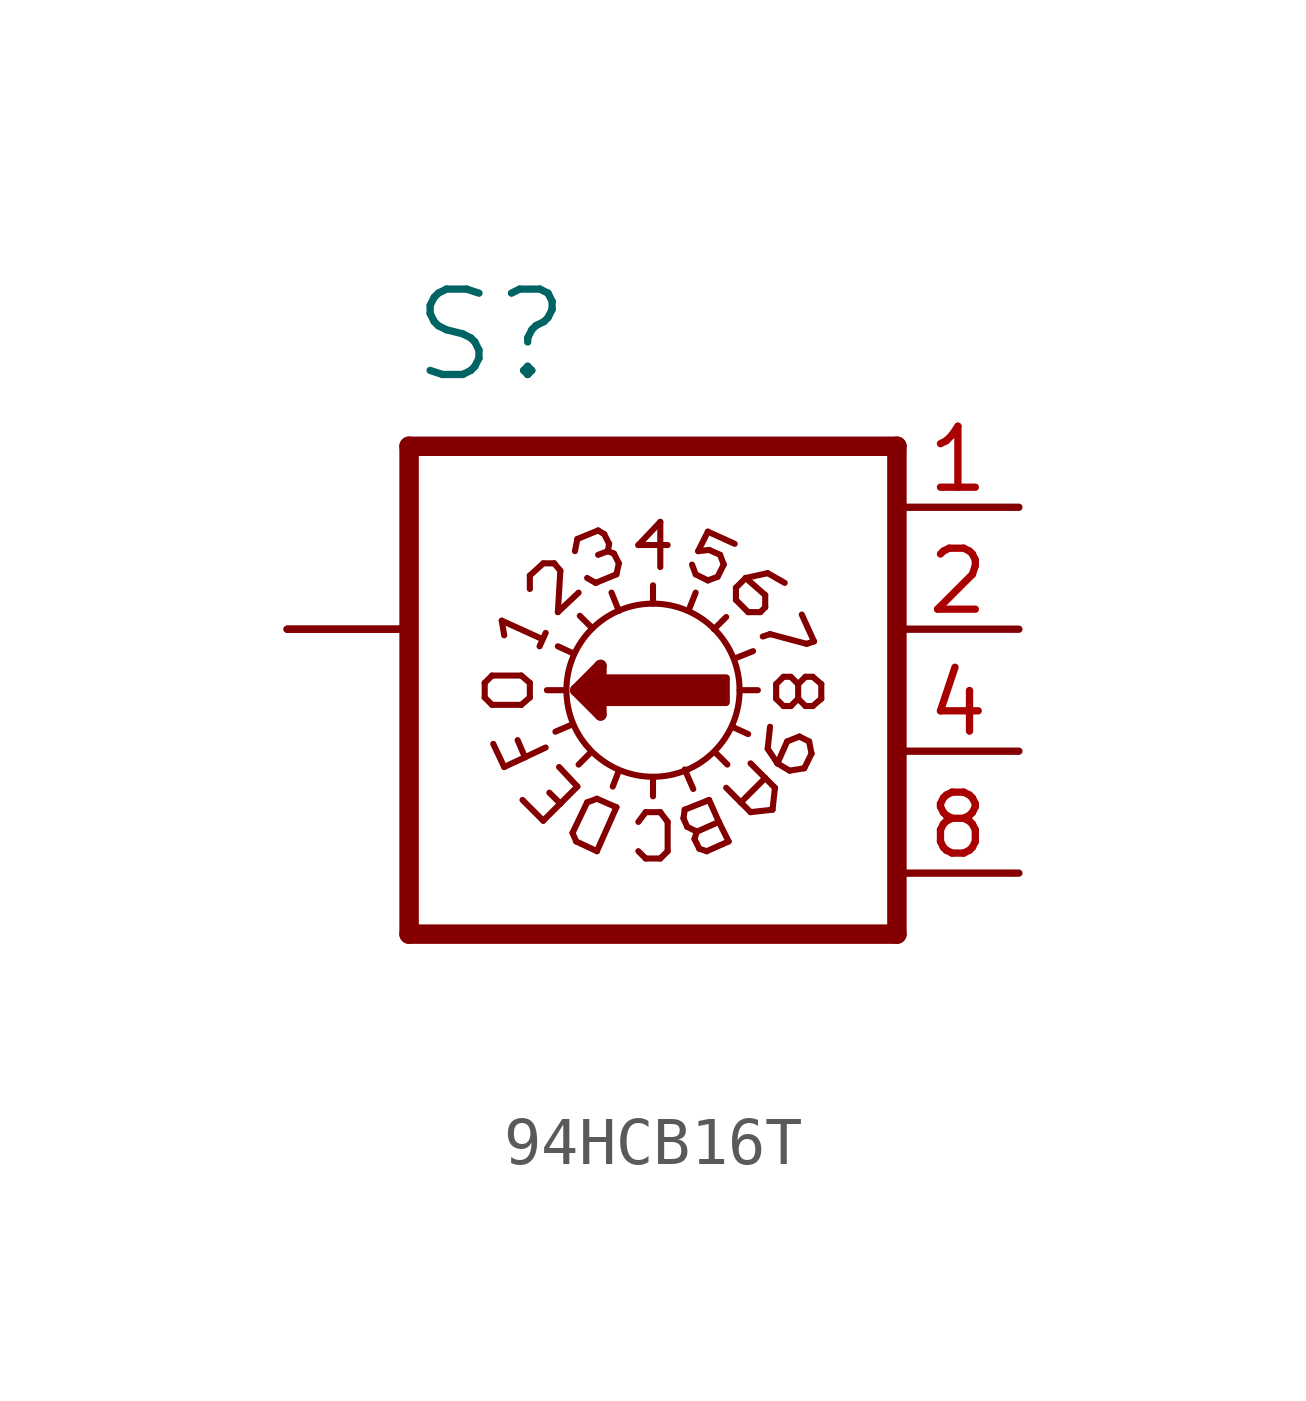
<source format=kicad_sym>
(kicad_symbol_lib
  (version 20220914)
  (generator kicad_symbol_editor)
  (symbol "94HCB16T"
    (property "Reference" "S"
      (at -5.08 5.08 0)
      (effects (font (size 1.778 1.778)) (justify left bottom)))
    (property "Value" ""
      (at -5.08 -7.62 0)
      (effects (font (size 1.778 1.778)) (justify left top)))
    (property "ki_locked" ""
      (at 0 0 0)
      (effects (font (size 1.27 1.27))))
    (symbol "94HCB16T_1_0"
      (circle (center 0 -1.27) (radius 1.803) (stroke (width 0.127) (type solid)) (fill (type none)))
      (polyline (pts (xy -5.08 -6.35) (xy 5.08 -6.35)) (stroke (width 0.406) (type solid)) (fill (type none)))
      (polyline (pts (xy -5.08 3.81) (xy -5.08 -6.35)) (stroke (width 0.406) (type solid)) (fill (type none)))
      (polyline (pts (xy -5.08 3.81) (xy 5.08 3.81)) (stroke (width 0.406) (type solid)) (fill (type none)))
      (polyline (pts (xy -3.505 -1.422) (xy -3.353 -1.575)) (stroke (width 0.127) (type solid)) (fill (type none)))
      (polyline (pts (xy -3.505 -1.118) (xy -3.505 -1.422)) (stroke (width 0.127) (type solid)) (fill (type none)))
      (polyline (pts (xy -3.353 -1.575) (xy -2.743 -1.575)) (stroke (width 0.127) (type solid)) (fill (type none)))
      (polyline (pts (xy -3.353 -0.965) (xy -3.505 -1.118)) (stroke (width 0.127) (type solid)) (fill (type none)))
      (polyline (pts (xy -3.327 -2.388) (xy -3.099 -2.87)) (stroke (width 0.127) (type solid)) (fill (type none)))
      (polyline (pts (xy -3.15 0.178) (xy -3.099 -0.127)) (stroke (width 0.127) (type solid)) (fill (type none)))
      (polyline (pts (xy -3.099 -2.87) (xy -2.667 -2.667)) (stroke (width 0.127) (type solid)) (fill (type none)))
      (polyline (pts (xy -2.743 -1.575) (xy -2.565 -1.422)) (stroke (width 0.127) (type solid)) (fill (type none)))
      (polyline (pts (xy -2.743 -0.965) (xy -3.353 -0.965)) (stroke (width 0.127) (type solid)) (fill (type none)))
      (polyline (pts (xy -2.667 -2.667) (xy -2.819 -2.311)) (stroke (width 0.127) (type solid)) (fill (type none)))
      (polyline (pts (xy -2.667 -2.667) (xy -2.235 -2.464)) (stroke (width 0.127) (type solid)) (fill (type none)))
      (polyline (pts (xy -2.565 -1.422) (xy -2.565 -1.118)) (stroke (width 0.127) (type solid)) (fill (type none)))
      (polyline (pts (xy -2.565 -1.118) (xy -2.743 -0.965)) (stroke (width 0.127) (type solid)) (fill (type none)))
      (polyline (pts (xy -2.565 1.118) (xy -2.565 0.838)) (stroke (width 0.127) (type solid)) (fill (type none)))
      (polyline (pts (xy -2.311 -0.203) (xy -3.15 0.178)) (stroke (width 0.127) (type solid)) (fill (type none)))
      (polyline (pts (xy -2.286 -3.988) (xy -2.718 -3.556)) (stroke (width 0.127) (type solid)) (fill (type none)))
      (polyline (pts (xy -2.286 1.372) (xy -2.565 1.118)) (stroke (width 0.127) (type solid)) (fill (type none)))
      (polyline (pts (xy -2.286 1.372) (xy -2.057 1.372)) (stroke (width 0.127) (type solid)) (fill (type none)))
      (polyline (pts (xy -2.235 -0.076) (xy -2.362 -0.356)) (stroke (width 0.127) (type solid)) (fill (type none)))
      (polyline (pts (xy -2.057 1.372) (xy -1.93 1.219)) (stroke (width 0.127) (type solid)) (fill (type none)))
      (polyline (pts (xy -1.93 -3.632) (xy -2.286 -3.988)) (stroke (width 0.127) (type solid)) (fill (type none)))
      (polyline (pts (xy -1.93 -3.632) (xy -2.159 -3.404)) (stroke (width 0.127) (type solid)) (fill (type none)))
      (polyline (pts (xy -1.93 1.219) (xy -1.981 0.356)) (stroke (width 0.127) (type solid)) (fill (type none)))
      (polyline (pts (xy -1.829 -1.27) (xy -2.21 -1.27)) (stroke (width 0.127) (type solid)) (fill (type none)))
      (polyline (pts (xy -1.676 -4.242) (xy -1.6 -4.42)) (stroke (width 0.127) (type solid)) (fill (type none)))
      (polyline (pts (xy -1.676 -1.981) (xy -2.032 -2.134)) (stroke (width 0.127) (type solid)) (fill (type none)))
      (polyline (pts (xy -1.651 -0.508) (xy -1.981 -0.356)) (stroke (width 0.127) (type solid)) (fill (type none)))
      (polyline (pts (xy -1.626 1.626) (xy -1.575 1.88)) (stroke (width 0.127) (type solid)) (fill (type none)))
      (polyline (pts (xy -1.6 -4.42) (xy -1.168 -4.623)) (stroke (width 0.127) (type solid)) (fill (type none)))
      (polyline (pts (xy -1.6 -1.27) (xy -1.092 -1.778)) (stroke (width 0.254) (type solid)) (fill (type none)))
      (polyline (pts (xy -1.575 -3.277) (xy -1.956 -2.87)) (stroke (width 0.127) (type solid)) (fill (type none)))
      (polyline (pts (xy -1.575 -3.277) (xy -1.93 -3.632)) (stroke (width 0.127) (type solid)) (fill (type none)))
      (polyline (pts (xy -1.549 0.762) (xy -1.981 0.356)) (stroke (width 0.127) (type solid)) (fill (type none)))
      (polyline (pts (xy -1.473 -1.27) (xy -1.346 -1.27)) (stroke (width 0.254) (type solid)) (fill (type none)))
      (polyline (pts (xy -1.372 -3.607) (xy -1.676 -4.242)) (stroke (width 0.127) (type solid)) (fill (type none)))
      (polyline (pts (xy -1.372 1.067) (xy -1.194 0.965)) (stroke (width 0.127) (type solid)) (fill (type none)))
      (polyline (pts (xy -1.295 -2.565) (xy -1.549 -2.819)) (stroke (width 0.127) (type solid)) (fill (type none)))
      (polyline (pts (xy -1.27 0.025) (xy -1.524 0.279)) (stroke (width 0.127) (type solid)) (fill (type none)))
      (polyline (pts (xy -1.219 -1.016) (xy -1.219 -1.524)) (stroke (width 0.254) (type solid)) (fill (type none)))
      (polyline (pts (xy -1.168 -4.623) (xy -0.762 -3.708)) (stroke (width 0.127) (type solid)) (fill (type none)))
      (polyline (pts (xy -1.168 -3.531) (xy -1.372 -3.607)) (stroke (width 0.127) (type solid)) (fill (type none)))
      (polyline (pts (xy -1.143 2.057) (xy -1.575 1.88)) (stroke (width 0.127) (type solid)) (fill (type none)))
      (polyline (pts (xy -1.092 -1.778) (xy -1.092 -0.762)) (stroke (width 0.254) (type solid)) (fill (type none)))
      (polyline (pts (xy -1.092 -0.762) (xy -1.6 -1.27)) (stroke (width 0.254) (type solid)) (fill (type none)))
      (polyline (pts (xy -1.016 1.981) (xy -1.143 2.057)) (stroke (width 0.127) (type solid)) (fill (type none)))
      (polyline (pts (xy -0.94 1.626) (xy -1.143 1.549)) (stroke (width 0.127) (type solid)) (fill (type none)))
      (polyline (pts (xy -0.94 1.626) (xy -0.914 1.778)) (stroke (width 0.127) (type solid)) (fill (type none)))
      (polyline (pts (xy -0.914 1.778) (xy -1.016 1.981)) (stroke (width 0.127) (type solid)) (fill (type none)))
      (polyline (pts (xy -0.813 1.575) (xy -0.94 1.626)) (stroke (width 0.127) (type solid)) (fill (type none)))
      (polyline (pts (xy -0.762 -3.708) (xy -1.168 -3.531)) (stroke (width 0.127) (type solid)) (fill (type none)))
      (polyline (pts (xy -0.762 1.143) (xy -1.194 0.965)) (stroke (width 0.127) (type solid)) (fill (type none)))
      (polyline (pts (xy -0.762 1.143) (xy -0.711 1.372)) (stroke (width 0.127) (type solid)) (fill (type none)))
      (polyline (pts (xy -0.711 -2.946) (xy -0.838 -3.277)) (stroke (width 0.127) (type solid)) (fill (type none)))
      (polyline (pts (xy -0.711 0.381) (xy -0.864 0.762)) (stroke (width 0.127) (type solid)) (fill (type none)))
      (polyline (pts (xy -0.711 1.372) (xy -0.813 1.575)) (stroke (width 0.127) (type solid)) (fill (type none)))
      (polyline (pts (xy -0.305 1.753) (xy 0.305 1.753)) (stroke (width 0.127) (type solid)) (fill (type none)))
      (polyline (pts (xy -0.152 -4.775) (xy -0.305 -4.623)) (stroke (width 0.127) (type solid)) (fill (type none)))
      (polyline (pts (xy -0.152 -3.81) (xy -0.305 -4.013)) (stroke (width 0.127) (type solid)) (fill (type none)))
      (polyline (pts (xy 0 -3.099) (xy 0 -3.48)) (stroke (width 0.127) (type solid)) (fill (type none)))
      (polyline (pts (xy 0 0.914) (xy 0 0.533)) (stroke (width 0.127) (type solid)) (fill (type none)))
      (polyline (pts (xy 0.152 -4.775) (xy -0.152 -4.775)) (stroke (width 0.127) (type solid)) (fill (type none)))
      (polyline (pts (xy 0.152 -3.81) (xy -0.152 -3.81)) (stroke (width 0.127) (type solid)) (fill (type none)))
      (polyline (pts (xy 0.152 1.295) (xy 0.152 2.235)) (stroke (width 0.127) (type solid)) (fill (type none)))
      (polyline (pts (xy 0.152 2.235) (xy -0.305 1.753)) (stroke (width 0.127) (type solid)) (fill (type none)))
      (polyline (pts (xy 0.305 -4.623) (xy 0.152 -4.775)) (stroke (width 0.127) (type solid)) (fill (type none)))
      (polyline (pts (xy 0.305 -4.013) (xy 0.152 -3.81)) (stroke (width 0.127) (type solid)) (fill (type none)))
      (polyline (pts (xy 0.305 -4.013) (xy 0.305 -4.623)) (stroke (width 0.127) (type solid)) (fill (type none)))
      (polyline (pts (xy 0.635 -3.937) (xy 0.66 -3.759)) (stroke (width 0.127) (type solid)) (fill (type none)))
      (polyline (pts (xy 0.66 -3.759) (xy 1.168 -3.556)) (stroke (width 0.127) (type solid)) (fill (type none)))
      (polyline (pts (xy 0.66 -2.921) (xy 0.838 -3.327)) (stroke (width 0.127) (type solid)) (fill (type none)))
      (polyline (pts (xy 0.711 -4.115) (xy 0.635 -3.937)) (stroke (width 0.127) (type solid)) (fill (type none)))
      (polyline (pts (xy 0.737 0.381) (xy 0.889 0.762)) (stroke (width 0.127) (type solid)) (fill (type none)))
      (polyline (pts (xy 0.864 -4.369) (xy 0.914 -4.216)) (stroke (width 0.127) (type solid)) (fill (type none)))
      (polyline (pts (xy 0.889 1.143) (xy 0.813 1.346)) (stroke (width 0.127) (type solid)) (fill (type none)))
      (polyline (pts (xy 0.914 -4.216) (xy 0.711 -4.115)) (stroke (width 0.127) (type solid)) (fill (type none)))
      (polyline (pts (xy 0.914 -4.216) (xy 1.372 -4.013)) (stroke (width 0.127) (type solid)) (fill (type none)))
      (polyline (pts (xy 0.94 1.626) (xy 1.168 1.651)) (stroke (width 0.127) (type solid)) (fill (type none)))
      (polyline (pts (xy 0.965 -4.572) (xy 0.864 -4.369)) (stroke (width 0.127) (type solid)) (fill (type none)))
      (polyline (pts (xy 1.118 -4.623) (xy 0.965 -4.572)) (stroke (width 0.127) (type solid)) (fill (type none)))
      (polyline (pts (xy 1.143 1.016) (xy 0.889 1.143)) (stroke (width 0.127) (type solid)) (fill (type none)))
      (polyline (pts (xy 1.143 2.032) (xy 0.94 1.626)) (stroke (width 0.127) (type solid)) (fill (type none)))
      (polyline (pts (xy 1.143 2.032) (xy 1.702 1.778)) (stroke (width 0.127) (type solid)) (fill (type none)))
      (polyline (pts (xy 1.168 -3.556) (xy 1.372 -4.013)) (stroke (width 0.127) (type solid)) (fill (type none)))
      (polyline (pts (xy 1.168 1.651) (xy 1.397 1.549)) (stroke (width 0.127) (type solid)) (fill (type none)))
      (polyline (pts (xy 1.27 0) (xy 1.524 0.254)) (stroke (width 0.127) (type solid)) (fill (type none)))
      (polyline (pts (xy 1.295 -2.565) (xy 1.549 -2.819)) (stroke (width 0.127) (type solid)) (fill (type none)))
      (polyline (pts (xy 1.346 1.092) (xy 1.143 1.016)) (stroke (width 0.127) (type solid)) (fill (type none)))
      (polyline (pts (xy 1.372 -4.013) (xy 1.575 -4.42)) (stroke (width 0.127) (type solid)) (fill (type none)))
      (polyline (pts (xy 1.397 1.549) (xy 1.473 1.346)) (stroke (width 0.127) (type solid)) (fill (type none)))
      (polyline (pts (xy 1.473 1.346) (xy 1.346 1.092)) (stroke (width 0.127) (type solid)) (fill (type none)))
      (polyline (pts (xy 1.575 -4.42) (xy 1.118 -4.623)) (stroke (width 0.127) (type solid)) (fill (type none)))
      (polyline (pts (xy 1.651 -2.032) (xy 1.981 -2.184)) (stroke (width 0.127) (type solid)) (fill (type none)))
      (polyline (pts (xy 1.702 -0.61) (xy 2.083 -0.457)) (stroke (width 0.127) (type solid)) (fill (type none)))
      (polyline (pts (xy 1.727 0.61) (xy 1.727 0.864)) (stroke (width 0.127) (type solid)) (fill (type none)))
      (polyline (pts (xy 1.727 0.61) (xy 1.981 0.356)) (stroke (width 0.127) (type solid)) (fill (type none)))
      (polyline (pts (xy 1.727 0.864) (xy 1.93 1.067)) (stroke (width 0.127) (type solid)) (fill (type none)))
      (polyline (pts (xy 1.803 -1.27) (xy 2.184 -1.27)) (stroke (width 0.127) (type solid)) (fill (type none)))
      (polyline (pts (xy 1.829 -3.607) (xy 1.524 -3.302)) (stroke (width 0.127) (type solid)) (fill (type none)))
      (polyline (pts (xy 1.93 1.067) (xy 2.388 1.168)) (stroke (width 0.127) (type solid)) (fill (type none)))
      (polyline (pts (xy 1.981 0.356) (xy 2.235 0.356)) (stroke (width 0.127) (type solid)) (fill (type none)))
      (polyline (pts (xy 2.032 -3.81) (xy 1.829 -3.607)) (stroke (width 0.127) (type solid)) (fill (type none)))
      (polyline (pts (xy 2.032 -2.794) (xy 2.337 -3.099)) (stroke (width 0.127) (type solid)) (fill (type none)))
      (polyline (pts (xy 2.235 0.356) (xy 2.337 0.457)) (stroke (width 0.127) (type solid)) (fill (type none)))
      (polyline (pts (xy 2.337 -3.099) (xy 1.829 -3.607)) (stroke (width 0.127) (type solid)) (fill (type none)))
      (polyline (pts (xy 2.337 -3.099) (xy 2.54 -3.302)) (stroke (width 0.127) (type solid)) (fill (type none)))
      (polyline (pts (xy 2.337 0.457) (xy 2.337 0.711)) (stroke (width 0.127) (type solid)) (fill (type none)))
      (polyline (pts (xy 2.337 0.711) (xy 1.93 1.067)) (stroke (width 0.127) (type solid)) (fill (type none)))
      (polyline (pts (xy 2.388 -2.489) (xy 2.438 -2.032)) (stroke (width 0.127) (type solid)) (fill (type none)))
      (polyline (pts (xy 2.388 1.168) (xy 2.743 0.965)) (stroke (width 0.127) (type solid)) (fill (type none)))
      (polyline (pts (xy 2.438 -0.102) (xy 2.286 -0.152)) (stroke (width 0.127) (type solid)) (fill (type none)))
      (polyline (pts (xy 2.489 -3.759) (xy 2.032 -3.81)) (stroke (width 0.127) (type solid)) (fill (type none)))
      (polyline (pts (xy 2.54 -3.302) (xy 2.489 -3.759)) (stroke (width 0.127) (type solid)) (fill (type none)))
      (polyline (pts (xy 2.565 -1.448) (xy 2.718 -1.6)) (stroke (width 0.127) (type solid)) (fill (type none)))
      (polyline (pts (xy 2.565 -1.143) (xy 2.565 -1.448)) (stroke (width 0.127) (type solid)) (fill (type none)))
      (polyline (pts (xy 2.591 -2.794) (xy 2.388 -2.489)) (stroke (width 0.127) (type solid)) (fill (type none)))
      (polyline (pts (xy 2.718 -1.6) (xy 2.87 -1.6)) (stroke (width 0.127) (type solid)) (fill (type none)))
      (polyline (pts (xy 2.718 -0.991) (xy 2.565 -1.143)) (stroke (width 0.127) (type solid)) (fill (type none)))
      (polyline (pts (xy 2.794 -2.337) (xy 2.591 -2.794)) (stroke (width 0.127) (type solid)) (fill (type none)))
      (polyline (pts (xy 2.845 -2.946) (xy 2.591 -2.794)) (stroke (width 0.127) (type solid)) (fill (type none)))
      (polyline (pts (xy 2.87 -1.6) (xy 3.023 -1.448)) (stroke (width 0.127) (type solid)) (fill (type none)))
      (polyline (pts (xy 2.87 -0.991) (xy 2.718 -0.991)) (stroke (width 0.127) (type solid)) (fill (type none)))
      (polyline (pts (xy 3.023 -1.448) (xy 3.175 -1.6)) (stroke (width 0.127) (type solid)) (fill (type none)))
      (polyline (pts (xy 3.023 -1.143) (xy 2.87 -0.991)) (stroke (width 0.127) (type solid)) (fill (type none)))
      (polyline (pts (xy 3.023 -1.143) (xy 3.023 -1.448)) (stroke (width 0.127) (type solid)) (fill (type none)))
      (polyline (pts (xy 3.048 -2.235) (xy 2.794 -2.337)) (stroke (width 0.127) (type solid)) (fill (type none)))
      (polyline (pts (xy 3.099 0.305) (xy 3.353 -0.254)) (stroke (width 0.127) (type solid)) (fill (type none)))
      (polyline (pts (xy 3.15 -2.896) (xy 2.845 -2.946)) (stroke (width 0.127) (type solid)) (fill (type none)))
      (polyline (pts (xy 3.15 -2.896) (xy 3.302 -2.591)) (stroke (width 0.127) (type solid)) (fill (type none)))
      (polyline (pts (xy 3.175 -1.6) (xy 3.327 -1.6)) (stroke (width 0.127) (type solid)) (fill (type none)))
      (polyline (pts (xy 3.175 -0.991) (xy 3.023 -1.143)) (stroke (width 0.127) (type solid)) (fill (type none)))
      (polyline (pts (xy 3.2 -0.305) (xy 2.438 -0.102)) (stroke (width 0.127) (type solid)) (fill (type none)))
      (polyline (pts (xy 3.251 -2.337) (xy 3.048 -2.235)) (stroke (width 0.127) (type solid)) (fill (type none)))
      (polyline (pts (xy 3.302 -2.591) (xy 3.251 -2.337)) (stroke (width 0.127) (type solid)) (fill (type none)))
      (polyline (pts (xy 3.327 -1.6) (xy 3.505 -1.448)) (stroke (width 0.127) (type solid)) (fill (type none)))
      (polyline (pts (xy 3.327 -0.991) (xy 3.175 -0.991)) (stroke (width 0.127) (type solid)) (fill (type none)))
      (polyline (pts (xy 3.353 -0.254) (xy 3.2 -0.305)) (stroke (width 0.127) (type solid)) (fill (type none)))
      (polyline (pts (xy 3.505 -1.448) (xy 3.505 -1.143)) (stroke (width 0.127) (type solid)) (fill (type none)))
      (polyline (pts (xy 3.505 -1.143) (xy 3.327 -0.991)) (stroke (width 0.127) (type solid)) (fill (type none)))
      (polyline (pts (xy 5.08 -6.35) (xy 5.08 3.81)) (stroke (width 0.406) (type solid)) (fill (type none)))
      (rectangle (start 1.524 -1.524) (end -1.016 -1.016) (stroke (width 0) (type default)) (fill (type outline)))
      (pin passive line (at 7.62 2.54 180) (length 2.54) (name "1" (effects (font (size 0 0)))) (number "1" (effects (font (size 1.27 1.27)))))
      (pin passive line (at 7.62 0 180) (length 2.54) (name "2" (effects (font (size 0 0)))) (number "2" (effects (font (size 1.27 1.27)))))
      (pin passive line (at 7.62 -2.54 180) (length 2.54) (name "4" (effects (font (size 0 0)))) (number "4" (effects (font (size 1.27 1.27)))))
      (pin passive line (at 7.62 -5.08 180) (length 2.54) (name "8" (effects (font (size 0 0)))) (number "8" (effects (font (size 1.27 1.27)))))
      (pin passive line (at -7.62 0 0) (length 2.54) (name "C" (effects (font (size 0 0)))) (number "C1" (effects (font (size 0 0)))))
      (pin passive line (at -7.62 0 0) (length 2.54) (name "C" (effects (font (size 0 0)))) (number "C2" (effects (font (size 0 0))))))))
</source>
